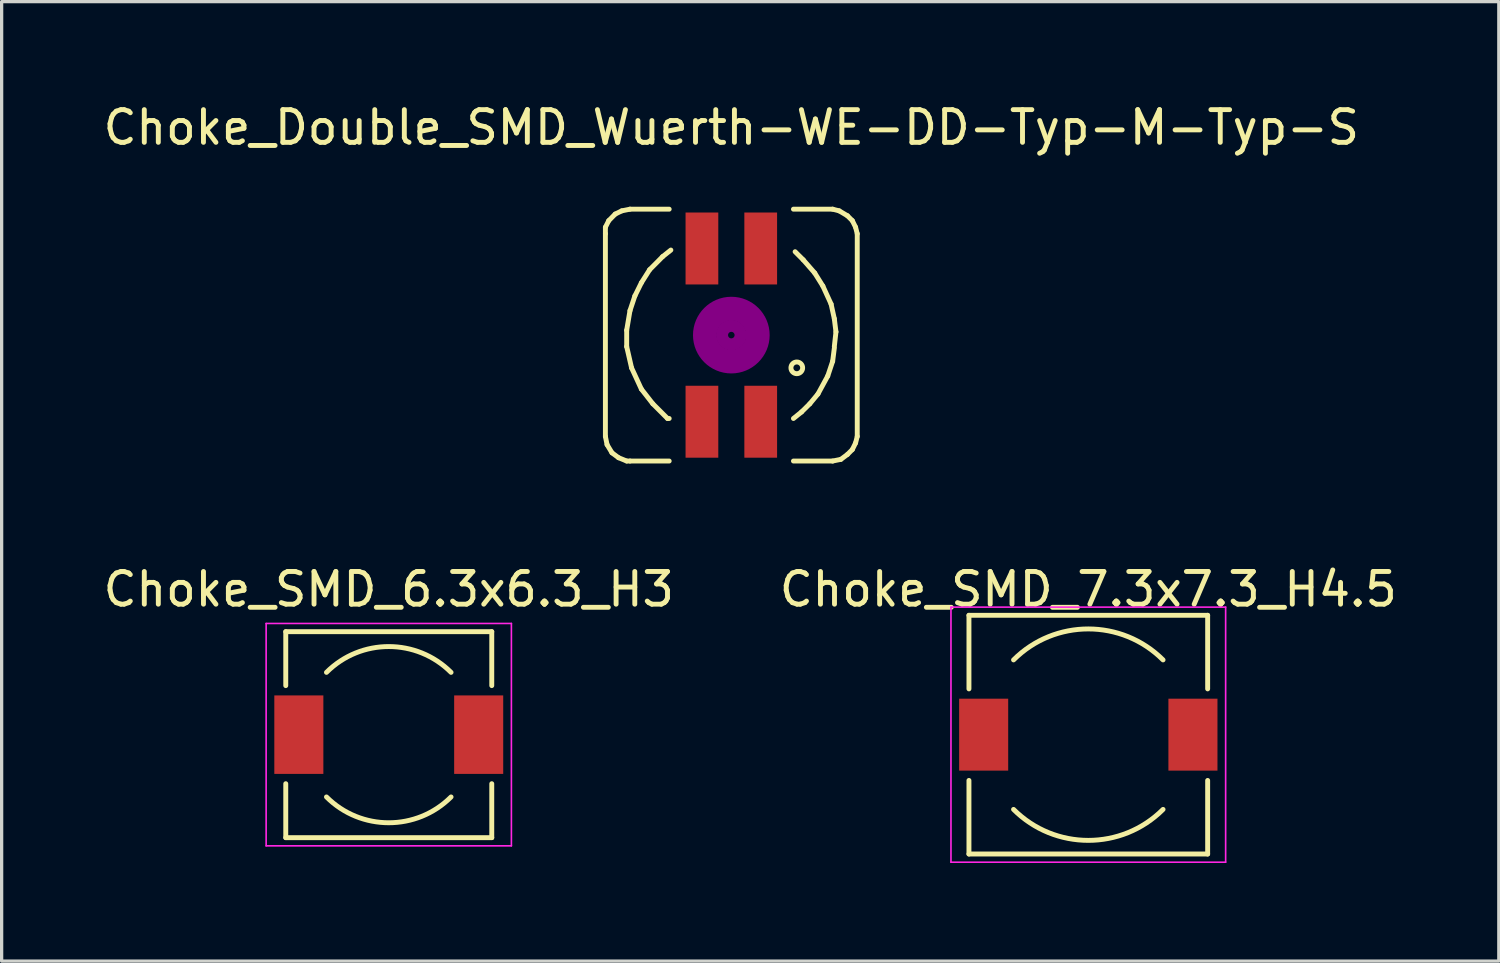
<source format=kicad_pcb>
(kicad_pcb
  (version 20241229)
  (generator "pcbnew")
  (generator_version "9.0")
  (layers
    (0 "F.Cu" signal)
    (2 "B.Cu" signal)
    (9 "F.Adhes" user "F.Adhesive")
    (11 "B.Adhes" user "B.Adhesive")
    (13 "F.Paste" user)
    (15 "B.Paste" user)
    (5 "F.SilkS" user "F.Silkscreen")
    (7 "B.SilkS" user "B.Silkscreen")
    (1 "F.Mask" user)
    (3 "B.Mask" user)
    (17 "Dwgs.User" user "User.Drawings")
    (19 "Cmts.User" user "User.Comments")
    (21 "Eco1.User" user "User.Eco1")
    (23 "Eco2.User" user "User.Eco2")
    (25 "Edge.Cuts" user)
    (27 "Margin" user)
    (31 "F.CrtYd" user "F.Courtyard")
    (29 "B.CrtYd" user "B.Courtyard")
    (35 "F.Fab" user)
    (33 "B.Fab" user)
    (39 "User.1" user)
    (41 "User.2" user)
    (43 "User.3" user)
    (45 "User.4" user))
  (footprint "Choke_SMD_7.3x7.3_H4.5"
    (layer "F.Cu")
    (at 30.232 19.417)
    (property "Reference" "Choke_SMD_7.3x7.3_H4.5" (at 0 -4.445 0) (layer "F.SilkS") (effects (font (size 1 1) (thickness 0.15))))
    (attr smd)
    (fp_line (start -3.65 -3.65) (end -3.65 -1.4) (stroke (width 0.15) (type solid)) (layer "F.SilkS"))
    (fp_line (start -3.65 -3.65) (end 3.65 -3.65) (stroke (width 0.15) (type solid)) (layer "F.SilkS"))
    (fp_line (start -3.65 3.65) (end -3.65 1.4) (stroke (width 0.15) (type solid)) (layer "F.SilkS"))
    (fp_line (start 3.65 -3.65) (end 3.65 -1.4) (stroke (width 0.15) (type solid)) (layer "F.SilkS"))
    (fp_line (start 3.65 3.65) (end -3.65 3.65) (stroke (width 0.15) (type solid)) (layer "F.SilkS"))
    (fp_line (start 3.65 3.65) (end 3.65 1.4) (stroke (width 0.15) (type solid)) (layer "F.SilkS"))
    (fp_arc (start -2.286 -2.286) (mid 0 -3.232892) (end 2.286 -2.286) (stroke (width 0.15) (type solid)) (layer "F.SilkS"))
    (fp_arc (start 2.286 2.286) (mid 0 3.232892) (end -2.286 2.286) (stroke (width 0.15) (type solid)) (layer "F.SilkS"))
    (fp_line (start -4.2 -3.9) (end -4.2 3.9) (stroke (width 0.05) (type solid)) (layer "F.CrtYd"))
    (fp_line (start -4.2 3.9) (end 4.2 3.9) (stroke (width 0.05) (type solid)) (layer "F.CrtYd"))
    (fp_line (start 4.2 -3.9) (end -4.2 -3.9) (stroke (width 0.05) (type solid)) (layer "F.CrtYd"))
    (fp_line (start 4.2 3.9) (end 4.2 -3.9) (stroke (width 0.05) (type solid)) (layer "F.CrtYd"))
    (pad "1" smd rect (at -3.2 0) (size 1.5 2.2) (layers "F.Cu" "F.Mask" "F.Paste"))
    (pad "2" smd rect (at 3.2 0) (size 1.5 2.2) (layers "F.Cu" "F.Mask" "F.Paste")))
  (footprint "Choke_Double_SMD_Wuerth-WE-DD-Typ-M-Typ-S"
    (layer "F.Cu")
    (at 19.315 7.198)
    (property "Reference" "Choke_Double_SMD_Wuerth-WE-DD-Typ-M-Typ-S" (at 0 -6.35 0) (layer "F.SilkS") (effects (font (size 1 1) (thickness 0.15))))
    (attr smd)
    (fp_line (start -3.851 -3.299) (end -3.851 -3.099) (stroke (width 0.15) (type solid)) (layer "F.SilkS"))
    (fp_line (start -3.851 -3.099) (end -3.851 3.099) (stroke (width 0.15) (type solid)) (layer "F.SilkS"))
    (fp_line (start -3.851 3.099) (end -3.8 3.35) (stroke (width 0.15) (type solid)) (layer "F.SilkS"))
    (fp_line (start -3.8 3.35) (end -3.65 3.599) (stroke (width 0.15) (type solid)) (layer "F.SilkS"))
    (fp_line (start -3.749 -3.5) (end -3.851 -3.299) (stroke (width 0.15) (type solid)) (layer "F.SilkS"))
    (fp_line (start -3.65 3.599) (end -3.449 3.749) (stroke (width 0.15) (type solid)) (layer "F.SilkS"))
    (fp_line (start -3.551 -3.701) (end -3.749 -3.5) (stroke (width 0.15) (type solid)) (layer "F.SilkS"))
    (fp_line (start -3.449 3.749) (end -3.2 3.851) (stroke (width 0.15) (type solid)) (layer "F.SilkS"))
    (fp_line (start -3.35 -3.8) (end -3.551 -3.701) (stroke (width 0.15) (type solid)) (layer "F.SilkS"))
    (fp_line (start -3.2 -0.15) (end -3.2 0.351) (stroke (width 0.15) (type solid)) (layer "F.SilkS"))
    (fp_line (start -3.2 0.351) (end -3.051 1.001) (stroke (width 0.15) (type solid)) (layer "F.SilkS"))
    (fp_line (start -3.2 3.851) (end -3.099 3.851) (stroke (width 0.15) (type solid)) (layer "F.SilkS"))
    (fp_line (start -3.099 -3.851) (end -3.35 -3.8) (stroke (width 0.15) (type solid)) (layer "F.SilkS"))
    (fp_line (start -3.099 -0.749) (end -3.2 -0.15) (stroke (width 0.15) (type solid)) (layer "F.SilkS"))
    (fp_line (start -3.099 3.851) (end -1.9 3.851) (stroke (width 0.15) (type solid)) (layer "F.SilkS"))
    (fp_line (start -3.051 1.001) (end -2.751 1.651) (stroke (width 0.15) (type solid)) (layer "F.SilkS"))
    (fp_line (start -2.949 -1.199) (end -3.099 -0.749) (stroke (width 0.15) (type solid)) (layer "F.SilkS"))
    (fp_line (start -2.751 -1.6) (end -2.949 -1.199) (stroke (width 0.15) (type solid)) (layer "F.SilkS"))
    (fp_line (start -2.751 1.651) (end -2.4 2.101) (stroke (width 0.15) (type solid)) (layer "F.SilkS"))
    (fp_line (start -2.499 -1.999) (end -2.751 -1.6) (stroke (width 0.15) (type solid)) (layer "F.SilkS"))
    (fp_line (start -2.4 2.101) (end -1.951 2.55) (stroke (width 0.15) (type solid)) (layer "F.SilkS"))
    (fp_line (start -2.101 -2.4) (end -2.499 -1.999) (stroke (width 0.15) (type solid)) (layer "F.SilkS"))
    (fp_line (start -1.951 2.55) (end -1.9 2.55) (stroke (width 0.15) (type solid)) (layer "F.SilkS"))
    (fp_line (start -1.9 -3.851) (end -3.099 -3.851) (stroke (width 0.15) (type solid)) (layer "F.SilkS"))
    (fp_line (start -1.849 -2.601) (end -2.101 -2.4) (stroke (width 0.15) (type solid)) (layer "F.SilkS"))
    (fp_line (start 1.9 -3.851) (end 3.099 -3.851) (stroke (width 0.15) (type solid)) (layer "F.SilkS"))
    (fp_line (start 1.951 -2.55) (end 2.2 -2.301) (stroke (width 0.15) (type solid)) (layer "F.SilkS"))
    (fp_line (start 2.149 2.349) (end 1.9 2.55) (stroke (width 0.15) (type solid)) (layer "F.SilkS"))
    (fp_line (start 2.2 -2.301) (end 2.55 -1.9) (stroke (width 0.15) (type solid)) (layer "F.SilkS"))
    (fp_line (start 2.4 2.101) (end 2.149 2.349) (stroke (width 0.15) (type solid)) (layer "F.SilkS"))
    (fp_line (start 2.55 -1.9) (end 2.799 -1.501) (stroke (width 0.15) (type solid)) (layer "F.SilkS"))
    (fp_line (start 2.649 1.801) (end 2.4 2.101) (stroke (width 0.15) (type solid)) (layer "F.SilkS"))
    (fp_line (start 2.799 -1.501) (end 3.051 -0.95) (stroke (width 0.15) (type solid)) (layer "F.SilkS"))
    (fp_line (start 2.949 1.25) (end 2.649 1.801) (stroke (width 0.15) (type solid)) (layer "F.SilkS"))
    (fp_line (start 3.051 -0.95) (end 3.15 -0.5) (stroke (width 0.15) (type solid)) (layer "F.SilkS"))
    (fp_line (start 3.099 -3.851) (end 3.299 -3.8) (stroke (width 0.15) (type solid)) (layer "F.SilkS"))
    (fp_line (start 3.099 0.8) (end 2.949 1.25) (stroke (width 0.15) (type solid)) (layer "F.SilkS"))
    (fp_line (start 3.099 3.851) (end 1.9 3.851) (stroke (width 0.15) (type solid)) (layer "F.SilkS"))
    (fp_line (start 3.15 -0.5) (end 3.2 -0.099) (stroke (width 0.15) (type solid)) (layer "F.SilkS"))
    (fp_line (start 3.15 0.399) (end 3.099 0.8) (stroke (width 0.15) (type solid)) (layer "F.SilkS"))
    (fp_line (start 3.2 -0.099) (end 3.15 0.351) (stroke (width 0.15) (type solid)) (layer "F.SilkS"))
    (fp_line (start 3.299 -3.8) (end 3.551 -3.65) (stroke (width 0.15) (type solid)) (layer "F.SilkS"))
    (fp_line (start 3.35 3.8) (end 3.099 3.851) (stroke (width 0.15) (type solid)) (layer "F.SilkS"))
    (fp_line (start 3.551 -3.65) (end 3.701 -3.5) (stroke (width 0.15) (type solid)) (layer "F.SilkS"))
    (fp_line (start 3.551 3.65) (end 3.35 3.8) (stroke (width 0.15) (type solid)) (layer "F.SilkS"))
    (fp_line (start 3.701 -3.5) (end 3.8 -3.299) (stroke (width 0.15) (type solid)) (layer "F.SilkS"))
    (fp_line (start 3.701 3.5) (end 3.551 3.65) (stroke (width 0.15) (type solid)) (layer "F.SilkS"))
    (fp_line (start 3.8 -3.299) (end 3.851 -3.099) (stroke (width 0.15) (type solid)) (layer "F.SilkS"))
    (fp_line (start 3.8 3.299) (end 3.701 3.5) (stroke (width 0.15) (type solid)) (layer "F.SilkS"))
    (fp_line (start 3.851 -3.099) (end 3.851 3.099) (stroke (width 0.15) (type solid)) (layer "F.SilkS"))
    (fp_line (start 3.851 3.099) (end 3.8 3.299) (stroke (width 0.15) (type solid)) (layer "F.SilkS"))
    (fp_circle (center 2.002 1.001) (end 2.151 0.902) (stroke (width 0.15) (type solid)) (fill no) (layer "F.SilkS"))
    (fp_circle (center 0 0) (end 0.1 0) (stroke (width 0.305) (type solid)) (fill no) (layer "F.Adhes"))
    (fp_circle (center 0 0) (end 0.3 -0.1) (stroke (width 0.305) (type solid)) (fill no) (layer "F.Adhes"))
    (fp_circle (center 0 0) (end 0.6 0) (stroke (width 0.305) (type solid)) (fill no) (layer "F.Adhes"))
    (fp_circle (center 0 0) (end 0.8 -0.1) (stroke (width 0.305) (type solid)) (fill no) (layer "F.Adhes"))
    (fp_circle (center 0 0) (end 1 -0.2) (stroke (width 0.305) (type solid)) (fill no) (layer "F.Adhes"))
    (fp_circle (center 0.8 0) (end 0.8 0) (stroke (width 0.305) (type solid)) (fill no) (layer "F.Adhes"))
    (pad "1" smd rect (at -0.899 2.649) (size 1.001 2.2) (layers "F.Cu" "F.Mask" "F.Paste"))
    (pad "2" smd rect (at -0.899 -2.649) (size 1.001 2.2) (layers "F.Cu" "F.Mask" "F.Paste"))
    (pad "3" smd rect (at 0.899 -2.649) (size 1.001 2.2) (layers "F.Cu" "F.Mask" "F.Paste"))
    (pad "4" smd rect (at 0.899 2.649) (size 1.001 2.2) (layers "F.Cu" "F.Mask" "F.Paste")))
  (footprint "Choke_SMD_6.3x6.3_H3"
    (layer "F.Cu")
    (at 8.839 19.417)
    (property "Reference" "Choke_SMD_6.3x6.3_H3" (at 0 -4.445 0) (layer "F.SilkS") (effects (font (size 1 1) (thickness 0.15))))
    (attr smd)
    (fp_line (start -3.15 -3.15) (end -3.15 -1.5) (stroke (width 0.15) (type solid)) (layer "F.SilkS"))
    (fp_line (start -3.15 -3.15) (end 3.15 -3.15) (stroke (width 0.15) (type solid)) (layer "F.SilkS"))
    (fp_line (start -3.15 3.15) (end -3.15 1.5) (stroke (width 0.15) (type solid)) (layer "F.SilkS"))
    (fp_line (start -3.15 3.15) (end 3.15 3.15) (stroke (width 0.15) (type solid)) (layer "F.SilkS"))
    (fp_line (start 3.15 -3.15) (end 3.15 -1.5) (stroke (width 0.15) (type solid)) (layer "F.SilkS"))
    (fp_line (start 3.15 3.15) (end 3.15 1.5) (stroke (width 0.15) (type solid)) (layer "F.SilkS"))
    (fp_arc (start -1.905 -1.905) (mid 0 -2.694077) (end 1.905 -1.905) (stroke (width 0.15) (type solid)) (layer "F.SilkS"))
    (fp_arc (start 1.905 1.905) (mid 0 2.694077) (end -1.905 1.905) (stroke (width 0.15) (type solid)) (layer "F.SilkS"))
    (fp_line (start -3.75 -3.4) (end -3.75 3.4) (stroke (width 0.05) (type solid)) (layer "F.CrtYd"))
    (fp_line (start -3.75 3.4) (end 3.75 3.4) (stroke (width 0.05) (type solid)) (layer "F.CrtYd"))
    (fp_line (start 3.75 -3.4) (end -3.75 -3.4) (stroke (width 0.05) (type solid)) (layer "F.CrtYd"))
    (fp_line (start 3.75 3.4) (end 3.75 -3.4) (stroke (width 0.05) (type solid)) (layer "F.CrtYd"))
    (pad "1" smd rect (at -2.75 0) (size 1.5 2.4) (layers "F.Cu" "F.Mask" "F.Paste"))
    (pad "2" smd rect (at 2.75 0) (size 1.5 2.4) (layers "F.Cu" "F.Mask" "F.Paste")))
  (gr_rect
    (start -3 -3)
    (end 42.786 26.342)
    (stroke (width 0.1) (type default))
    (fill no)
    (layer "Edge.Cuts")))
</source>
